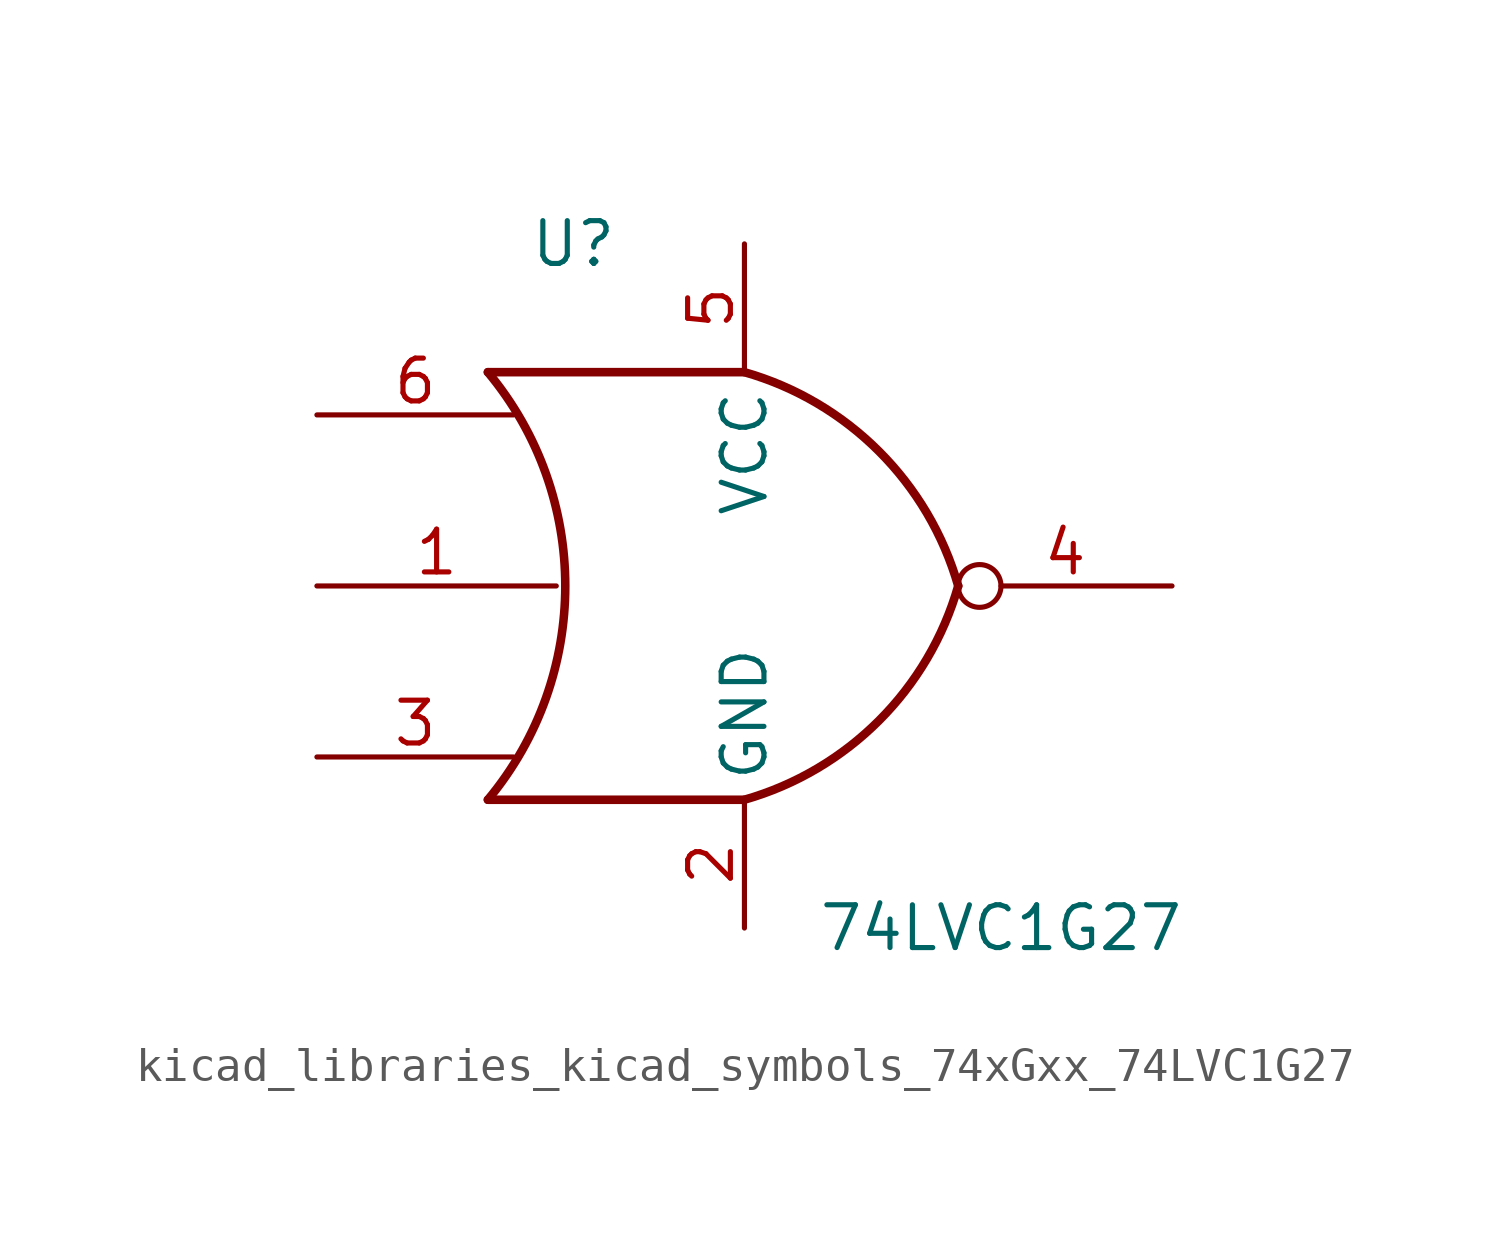
<source format=kicad_sym>
(kicad_symbol_lib
  (version 20220914)
  (generator kicad_symbol_editor)
  (symbol "kicad_libraries_kicad_symbols_74xGxx_74LVC1G27"
    (property "Reference" "U"
      (at -5.08 10.16 0)
      (effects (font (size 1.27 1.27))))
    (property "Value" "74LVC1G27"
      (at 7.62 -10.16 0)
      (effects (font (size 1.27 1.27))))
    (symbol "kicad_libraries_kicad_symbols_74xGxx_74LVC1G27_0_1"
      (arc (start -7.62 -6.35) (mid -5.321 0) (end -7.62 6.35) (stroke (width 0.254) (type default)) (fill (type none)))
      (arc (start 0 -6.35) (mid 3.9978 -3.9978) (end 6.35 0) (stroke (width 0.254) (type default)) (fill (type none)))
      (polyline (pts (xy 0 -6.35) (xy -7.62 -6.35)) (stroke (width 0.254) (type default)) (fill (type background)))
      (polyline (pts (xy 0 6.35) (xy -7.62 6.35)) (stroke (width 0.254) (type default)) (fill (type background)))
      (arc (start 6.35 0) (mid 3.9978 3.9978) (end 0 6.35) (stroke (width 0.254) (type default)) (fill (type none))))
    (symbol "kicad_libraries_kicad_symbols_74xGxx_74LVC1G27_1_1"
      (pin input line (at -12.698 0 0) (length 7.11) (name "~" (effects (font (size 1.27 1.27)))) (number "1" (effects (font (size 1.27 1.27)))))
      (pin power_in line (at 0 -10.16 90) (length 3.81) (name "GND" (effects (font (size 1.27 1.27)))) (number "2" (effects (font (size 1.27 1.27)))))
      (pin input line (at -12.698 -5.08 0) (length 5.84) (name "~" (effects (font (size 1.27 1.27)))) (number "3" (effects (font (size 1.27 1.27)))))
      (pin output inverted (at 12.7 0 180) (length 6.35) (name "~" (effects (font (size 1.27 1.27)))) (number "4" (effects (font (size 1.27 1.27)))))
      (pin power_in line (at 0 10.16 270) (length 3.81) (name "VCC" (effects (font (size 1.27 1.27)))) (number "5" (effects (font (size 1.27 1.27)))))
      (pin input line (at -12.698 5.08 0) (length 5.84) (name "~" (effects (font (size 1.27 1.27)))) (number "6" (effects (font (size 1.27 1.27))))))))
</source>
